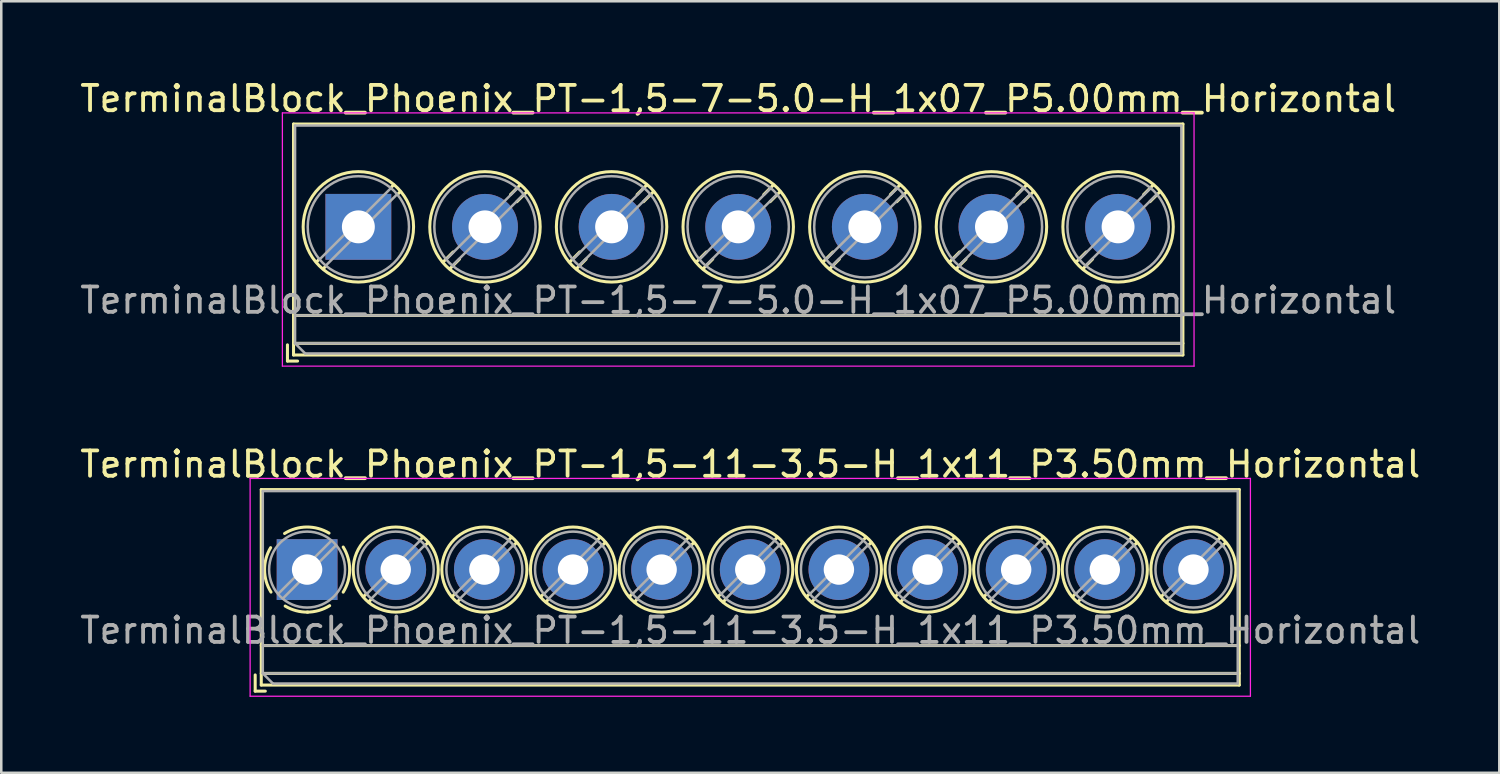
<source format=kicad_pcb>
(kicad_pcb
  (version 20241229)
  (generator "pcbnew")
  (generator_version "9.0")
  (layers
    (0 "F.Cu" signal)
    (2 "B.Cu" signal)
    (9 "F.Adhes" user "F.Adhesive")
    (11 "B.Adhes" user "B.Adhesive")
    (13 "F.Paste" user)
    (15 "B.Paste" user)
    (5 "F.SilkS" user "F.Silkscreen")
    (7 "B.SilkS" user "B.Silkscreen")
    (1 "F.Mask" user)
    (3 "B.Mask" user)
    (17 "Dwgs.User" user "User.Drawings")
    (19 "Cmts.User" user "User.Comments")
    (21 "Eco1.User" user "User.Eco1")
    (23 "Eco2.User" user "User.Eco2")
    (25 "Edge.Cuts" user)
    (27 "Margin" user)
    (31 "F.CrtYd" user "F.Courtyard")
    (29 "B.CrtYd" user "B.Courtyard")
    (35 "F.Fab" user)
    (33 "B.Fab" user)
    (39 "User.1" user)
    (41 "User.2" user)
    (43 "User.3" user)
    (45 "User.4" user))
  (footprint "TerminalBlock_Phoenix_PT-1,5-7-5.0-H_1x07_P5.00mm_Horizontal"
    (layer "F.Cu")
    (at 11.101 5.908)
    (property "Reference" "TerminalBlock_Phoenix_PT-1,5-7-5.0-H_1x07_P5.00mm_Horizontal" (at 15 -5.06 0) (layer "F.SilkS") (effects (font (size 1 1) (thickness 0.15))))
    (attr through_hole)
    (fp_line (start -2.8 4.66) (end -2.8 5.3) (stroke (width 0.12) (type solid)) (layer "F.SilkS"))
    (fp_line (start -2.8 5.3) (end -2.4 5.3) (stroke (width 0.12) (type solid)) (layer "F.SilkS"))
    (fp_line (start -2.56 -4.06) (end -2.56 5.06) (stroke (width 0.12) (type solid)) (layer "F.SilkS"))
    (fp_line (start -2.56 -4.06) (end 32.56 -4.06) (stroke (width 0.12) (type solid)) (layer "F.SilkS"))
    (fp_line (start -2.56 3.5) (end 32.56 3.5) (stroke (width 0.12) (type solid)) (layer "F.SilkS"))
    (fp_line (start -2.56 4.6) (end 32.56 4.6) (stroke (width 0.12) (type solid)) (layer "F.SilkS"))
    (fp_line (start -2.56 5.06) (end 32.56 5.06) (stroke (width 0.12) (type solid)) (layer "F.SilkS"))
    (fp_line (start -1.548 1.281) (end -1.654 1.388) (stroke (width 0.12) (type solid)) (layer "F.SilkS"))
    (fp_line (start -1.282 1.547) (end -1.388 1.654) (stroke (width 0.12) (type solid)) (layer "F.SilkS"))
    (fp_line (start 1.388 -1.654) (end 1.281 -1.547) (stroke (width 0.12) (type solid)) (layer "F.SilkS"))
    (fp_line (start 1.654 -1.388) (end 1.547 -1.281) (stroke (width 0.12) (type solid)) (layer "F.SilkS"))
    (fp_line (start 3.742 0.992) (end 3.347 1.388) (stroke (width 0.12) (type solid)) (layer "F.SilkS"))
    (fp_line (start 3.993 1.274) (end 3.613 1.654) (stroke (width 0.12) (type solid)) (layer "F.SilkS"))
    (fp_line (start 6.388 -1.654) (end 6.008 -1.274) (stroke (width 0.12) (type solid)) (layer "F.SilkS"))
    (fp_line (start 6.654 -1.388) (end 6.259 -0.992) (stroke (width 0.12) (type solid)) (layer "F.SilkS"))
    (fp_line (start 8.742 0.992) (end 8.347 1.388) (stroke (width 0.12) (type solid)) (layer "F.SilkS"))
    (fp_line (start 8.993 1.274) (end 8.613 1.654) (stroke (width 0.12) (type solid)) (layer "F.SilkS"))
    (fp_line (start 11.388 -1.654) (end 11.008 -1.274) (stroke (width 0.12) (type solid)) (layer "F.SilkS"))
    (fp_line (start 11.654 -1.388) (end 11.259 -0.992) (stroke (width 0.12) (type solid)) (layer "F.SilkS"))
    (fp_line (start 13.742 0.992) (end 13.347 1.388) (stroke (width 0.12) (type solid)) (layer "F.SilkS"))
    (fp_line (start 13.993 1.274) (end 13.613 1.654) (stroke (width 0.12) (type solid)) (layer "F.SilkS"))
    (fp_line (start 16.388 -1.654) (end 16.008 -1.274) (stroke (width 0.12) (type solid)) (layer "F.SilkS"))
    (fp_line (start 16.654 -1.388) (end 16.259 -0.992) (stroke (width 0.12) (type solid)) (layer "F.SilkS"))
    (fp_line (start 18.742 0.992) (end 18.347 1.388) (stroke (width 0.12) (type solid)) (layer "F.SilkS"))
    (fp_line (start 18.993 1.274) (end 18.613 1.654) (stroke (width 0.12) (type solid)) (layer "F.SilkS"))
    (fp_line (start 21.388 -1.654) (end 21.008 -1.274) (stroke (width 0.12) (type solid)) (layer "F.SilkS"))
    (fp_line (start 21.654 -1.388) (end 21.259 -0.992) (stroke (width 0.12) (type solid)) (layer "F.SilkS"))
    (fp_line (start 23.742 0.992) (end 23.347 1.388) (stroke (width 0.12) (type solid)) (layer "F.SilkS"))
    (fp_line (start 23.993 1.274) (end 23.613 1.654) (stroke (width 0.12) (type solid)) (layer "F.SilkS"))
    (fp_line (start 26.388 -1.654) (end 26.008 -1.274) (stroke (width 0.12) (type solid)) (layer "F.SilkS"))
    (fp_line (start 26.654 -1.388) (end 26.259 -0.992) (stroke (width 0.12) (type solid)) (layer "F.SilkS"))
    (fp_line (start 28.742 0.992) (end 28.347 1.388) (stroke (width 0.12) (type solid)) (layer "F.SilkS"))
    (fp_line (start 28.993 1.274) (end 28.613 1.654) (stroke (width 0.12) (type solid)) (layer "F.SilkS"))
    (fp_line (start 31.388 -1.654) (end 31.008 -1.274) (stroke (width 0.12) (type solid)) (layer "F.SilkS"))
    (fp_line (start 31.654 -1.388) (end 31.259 -0.992) (stroke (width 0.12) (type solid)) (layer "F.SilkS"))
    (fp_line (start 32.56 -4.06) (end 32.56 5.06) (stroke (width 0.12) (type solid)) (layer "F.SilkS"))
    (fp_circle (center 0 0) (end 2.18 0) (stroke (width 0.12) (type solid)) (fill no) (layer "F.SilkS"))
    (fp_circle (center 5 0) (end 7.18 0) (stroke (width 0.12) (type solid)) (fill no) (layer "F.SilkS"))
    (fp_circle (center 10 0) (end 12.18 0) (stroke (width 0.12) (type solid)) (fill no) (layer "F.SilkS"))
    (fp_circle (center 15 0) (end 17.18 0) (stroke (width 0.12) (type solid)) (fill no) (layer "F.SilkS"))
    (fp_circle (center 20 0) (end 22.18 0) (stroke (width 0.12) (type solid)) (fill no) (layer "F.SilkS"))
    (fp_circle (center 25 0) (end 27.18 0) (stroke (width 0.12) (type solid)) (fill no) (layer "F.SilkS"))
    (fp_circle (center 30 0) (end 32.18 0) (stroke (width 0.12) (type solid)) (fill no) (layer "F.SilkS"))
    (fp_line (start -3 -4.5) (end -3 5.5) (stroke (width 0.05) (type solid)) (layer "F.CrtYd"))
    (fp_line (start -3 5.5) (end 33 5.5) (stroke (width 0.05) (type solid)) (layer "F.CrtYd"))
    (fp_line (start 33 -4.5) (end -3 -4.5) (stroke (width 0.05) (type solid)) (layer "F.CrtYd"))
    (fp_line (start 33 5.5) (end 33 -4.5) (stroke (width 0.05) (type solid)) (layer "F.CrtYd"))
    (fp_line (start -2.5 -4) (end 32.5 -4) (stroke (width 0.1) (type solid)) (layer "F.Fab"))
    (fp_line (start -2.5 3.5) (end 32.5 3.5) (stroke (width 0.1) (type solid)) (layer "F.Fab"))
    (fp_line (start -2.5 4.6) (end -2.5 -4) (stroke (width 0.1) (type solid)) (layer "F.Fab"))
    (fp_line (start -2.5 4.6) (end 32.5 4.6) (stroke (width 0.1) (type solid)) (layer "F.Fab"))
    (fp_line (start -2.1 5) (end -2.5 4.6) (stroke (width 0.1) (type solid)) (layer "F.Fab"))
    (fp_line (start 1.273 -1.517) (end -1.517 1.273) (stroke (width 0.1) (type solid)) (layer "F.Fab"))
    (fp_line (start 1.517 -1.273) (end -1.273 1.517) (stroke (width 0.1) (type solid)) (layer "F.Fab"))
    (fp_line (start 6.273 -1.517) (end 3.484 1.273) (stroke (width 0.1) (type solid)) (layer "F.Fab"))
    (fp_line (start 6.517 -1.273) (end 3.728 1.517) (stroke (width 0.1) (type solid)) (layer "F.Fab"))
    (fp_line (start 11.273 -1.517) (end 8.484 1.273) (stroke (width 0.1) (type solid)) (layer "F.Fab"))
    (fp_line (start 11.517 -1.273) (end 8.728 1.517) (stroke (width 0.1) (type solid)) (layer "F.Fab"))
    (fp_line (start 16.273 -1.517) (end 13.484 1.273) (stroke (width 0.1) (type solid)) (layer "F.Fab"))
    (fp_line (start 16.517 -1.273) (end 13.728 1.517) (stroke (width 0.1) (type solid)) (layer "F.Fab"))
    (fp_line (start 21.273 -1.517) (end 18.484 1.273) (stroke (width 0.1) (type solid)) (layer "F.Fab"))
    (fp_line (start 21.517 -1.273) (end 18.728 1.517) (stroke (width 0.1) (type solid)) (layer "F.Fab"))
    (fp_line (start 26.273 -1.517) (end 23.484 1.273) (stroke (width 0.1) (type solid)) (layer "F.Fab"))
    (fp_line (start 26.517 -1.273) (end 23.728 1.517) (stroke (width 0.1) (type solid)) (layer "F.Fab"))
    (fp_line (start 31.273 -1.517) (end 28.484 1.273) (stroke (width 0.1) (type solid)) (layer "F.Fab"))
    (fp_line (start 31.517 -1.273) (end 28.728 1.517) (stroke (width 0.1) (type solid)) (layer "F.Fab"))
    (fp_line (start 32.5 -4) (end 32.5 5) (stroke (width 0.1) (type solid)) (layer "F.Fab"))
    (fp_line (start 32.5 5) (end -2.1 5) (stroke (width 0.1) (type solid)) (layer "F.Fab"))
    (fp_circle (center 0 0) (end 2 0) (stroke (width 0.1) (type solid)) (fill no) (layer "F.Fab"))
    (fp_circle (center 5 0) (end 7 0) (stroke (width 0.1) (type solid)) (fill no) (layer "F.Fab"))
    (fp_circle (center 10 0) (end 12 0) (stroke (width 0.1) (type solid)) (fill no) (layer "F.Fab"))
    (fp_circle (center 15 0) (end 17 0) (stroke (width 0.1) (type solid)) (fill no) (layer "F.Fab"))
    (fp_circle (center 20 0) (end 22 0) (stroke (width 0.1) (type solid)) (fill no) (layer "F.Fab"))
    (fp_circle (center 25 0) (end 27 0) (stroke (width 0.1) (type solid)) (fill no) (layer "F.Fab"))
    (fp_circle (center 30 0) (end 32 0) (stroke (width 0.1) (type solid)) (fill no) (layer "F.Fab"))
    (fp_text user "${REFERENCE}" (at 15 2.9 0) (layer "F.Fab") (effects (font (size 1 1) (thickness 0.15))))
    (pad "1" thru_hole rect (at 0 0) (size 2.6 2.6) (drill 1.3) (layers "*.Cu" "*.Mask"))
    (pad "2" thru_hole circle (at 5 0) (size 2.6 2.6) (drill 1.3) (layers "*.Cu" "*.Mask"))
    (pad "3" thru_hole circle (at 10 0) (size 2.6 2.6) (drill 1.3) (layers "*.Cu" "*.Mask"))
    (pad "4" thru_hole circle (at 15 0) (size 2.6 2.6) (drill 1.3) (layers "*.Cu" "*.Mask"))
    (pad "5" thru_hole circle (at 20 0) (size 2.6 2.6) (drill 1.3) (layers "*.Cu" "*.Mask"))
    (pad "6" thru_hole circle (at 25 0) (size 2.6 2.6) (drill 1.3) (layers "*.Cu" "*.Mask"))
    (pad "7" thru_hole circle (at 30 0) (size 2.6 2.6) (drill 1.3) (layers "*.Cu" "*.Mask")))
  (footprint "TerminalBlock_Phoenix_PT-1,5-11-3.5-H_1x11_P3.50mm_Horizontal"
    (layer "F.Cu")
    (at 9.077 19.442)
    (property "Reference" "TerminalBlock_Phoenix_PT-1,5-11-3.5-H_1x11_P3.50mm_Horizontal" (at 17.5 -4.16 0) (layer "F.SilkS") (effects (font (size 1 1) (thickness 0.15))))
    (attr through_hole)
    (fp_line (start -2.05 4.16) (end -2.05 4.8) (stroke (width 0.12) (type solid)) (layer "F.SilkS"))
    (fp_line (start -2.05 4.8) (end -1.65 4.8) (stroke (width 0.12) (type solid)) (layer "F.SilkS"))
    (fp_line (start -1.81 -3.16) (end -1.81 4.56) (stroke (width 0.12) (type solid)) (layer "F.SilkS"))
    (fp_line (start -1.81 -3.16) (end 36.81 -3.16) (stroke (width 0.12) (type solid)) (layer "F.SilkS"))
    (fp_line (start -1.81 3) (end 36.81 3) (stroke (width 0.12) (type solid)) (layer "F.SilkS"))
    (fp_line (start -1.81 4.1) (end 36.81 4.1) (stroke (width 0.12) (type solid)) (layer "F.SilkS"))
    (fp_line (start -1.81 4.56) (end 36.81 4.56) (stroke (width 0.12) (type solid)) (layer "F.SilkS"))
    (fp_line (start 2.355 0.941) (end 2.226 1.069) (stroke (width 0.12) (type solid)) (layer "F.SilkS"))
    (fp_line (start 2.525 1.181) (end 2.431 1.274) (stroke (width 0.12) (type solid)) (layer "F.SilkS"))
    (fp_line (start 4.57 -1.275) (end 4.476 -1.181) (stroke (width 0.12) (type solid)) (layer "F.SilkS"))
    (fp_line (start 4.775 -1.069) (end 4.646 -0.941) (stroke (width 0.12) (type solid)) (layer "F.SilkS"))
    (fp_line (start 5.855 0.941) (end 5.726 1.069) (stroke (width 0.12) (type solid)) (layer "F.SilkS"))
    (fp_line (start 6.025 1.181) (end 5.931 1.274) (stroke (width 0.12) (type solid)) (layer "F.SilkS"))
    (fp_line (start 8.07 -1.275) (end 7.976 -1.181) (stroke (width 0.12) (type solid)) (layer "F.SilkS"))
    (fp_line (start 8.275 -1.069) (end 8.146 -0.941) (stroke (width 0.12) (type solid)) (layer "F.SilkS"))
    (fp_line (start 9.355 0.941) (end 9.226 1.069) (stroke (width 0.12) (type solid)) (layer "F.SilkS"))
    (fp_line (start 9.525 1.181) (end 9.431 1.274) (stroke (width 0.12) (type solid)) (layer "F.SilkS"))
    (fp_line (start 11.57 -1.275) (end 11.476 -1.181) (stroke (width 0.12) (type solid)) (layer "F.SilkS"))
    (fp_line (start 11.775 -1.069) (end 11.646 -0.941) (stroke (width 0.12) (type solid)) (layer "F.SilkS"))
    (fp_line (start 12.855 0.941) (end 12.726 1.069) (stroke (width 0.12) (type solid)) (layer "F.SilkS"))
    (fp_line (start 13.025 1.181) (end 12.931 1.274) (stroke (width 0.12) (type solid)) (layer "F.SilkS"))
    (fp_line (start 15.07 -1.275) (end 14.976 -1.181) (stroke (width 0.12) (type solid)) (layer "F.SilkS"))
    (fp_line (start 15.275 -1.069) (end 15.146 -0.941) (stroke (width 0.12) (type solid)) (layer "F.SilkS"))
    (fp_line (start 16.355 0.941) (end 16.226 1.069) (stroke (width 0.12) (type solid)) (layer "F.SilkS"))
    (fp_line (start 16.525 1.181) (end 16.431 1.274) (stroke (width 0.12) (type solid)) (layer "F.SilkS"))
    (fp_line (start 18.57 -1.275) (end 18.476 -1.181) (stroke (width 0.12) (type solid)) (layer "F.SilkS"))
    (fp_line (start 18.775 -1.069) (end 18.646 -0.941) (stroke (width 0.12) (type solid)) (layer "F.SilkS"))
    (fp_line (start 19.855 0.941) (end 19.726 1.069) (stroke (width 0.12) (type solid)) (layer "F.SilkS"))
    (fp_line (start 20.025 1.181) (end 19.931 1.274) (stroke (width 0.12) (type solid)) (layer "F.SilkS"))
    (fp_line (start 22.07 -1.275) (end 21.976 -1.181) (stroke (width 0.12) (type solid)) (layer "F.SilkS"))
    (fp_line (start 22.275 -1.069) (end 22.146 -0.941) (stroke (width 0.12) (type solid)) (layer "F.SilkS"))
    (fp_line (start 23.355 0.941) (end 23.226 1.069) (stroke (width 0.12) (type solid)) (layer "F.SilkS"))
    (fp_line (start 23.525 1.181) (end 23.431 1.274) (stroke (width 0.12) (type solid)) (layer "F.SilkS"))
    (fp_line (start 25.57 -1.275) (end 25.476 -1.181) (stroke (width 0.12) (type solid)) (layer "F.SilkS"))
    (fp_line (start 25.775 -1.069) (end 25.646 -0.941) (stroke (width 0.12) (type solid)) (layer "F.SilkS"))
    (fp_line (start 26.855 0.941) (end 26.726 1.069) (stroke (width 0.12) (type solid)) (layer "F.SilkS"))
    (fp_line (start 27.025 1.181) (end 26.931 1.274) (stroke (width 0.12) (type solid)) (layer "F.SilkS"))
    (fp_line (start 29.07 -1.275) (end 28.976 -1.181) (stroke (width 0.12) (type solid)) (layer "F.SilkS"))
    (fp_line (start 29.275 -1.069) (end 29.146 -0.941) (stroke (width 0.12) (type solid)) (layer "F.SilkS"))
    (fp_line (start 30.355 0.941) (end 30.226 1.069) (stroke (width 0.12) (type solid)) (layer "F.SilkS"))
    (fp_line (start 30.525 1.181) (end 30.431 1.274) (stroke (width 0.12) (type solid)) (layer "F.SilkS"))
    (fp_line (start 32.57 -1.275) (end 32.476 -1.181) (stroke (width 0.12) (type solid)) (layer "F.SilkS"))
    (fp_line (start 32.775 -1.069) (end 32.646 -0.941) (stroke (width 0.12) (type solid)) (layer "F.SilkS"))
    (fp_line (start 33.855 0.941) (end 33.726 1.069) (stroke (width 0.12) (type solid)) (layer "F.SilkS"))
    (fp_line (start 34.025 1.181) (end 33.931 1.274) (stroke (width 0.12) (type solid)) (layer "F.SilkS"))
    (fp_line (start 36.07 -1.275) (end 35.976 -1.181) (stroke (width 0.12) (type solid)) (layer "F.SilkS"))
    (fp_line (start 36.275 -1.069) (end 36.146 -0.941) (stroke (width 0.12) (type solid)) (layer "F.SilkS"))
    (fp_line (start 36.81 -3.16) (end 36.81 4.56) (stroke (width 0.12) (type solid)) (layer "F.SilkS"))
    (fp_arc (start -1.425358 0.889894) (mid -1.680286 0.014012) (end -1.44 -0.866) (stroke (width 0.12) (type solid)) (layer "F.SilkS"))
    (fp_arc (start -0.889894 -1.425358) (mid -0.014012 -1.680286) (end 0.866 -1.44) (stroke (width 0.12) (type solid)) (layer "F.SilkS"))
    (fp_arc (start 0.028674 1.680099) (mid -0.435535 1.622918) (end -0.866 1.44) (stroke (width 0.12) (type solid)) (layer "F.SilkS"))
    (fp_arc (start 0.890264 1.424721) (mid 0.463071 1.61492) (end 0 1.68) (stroke (width 0.12) (type solid)) (layer "F.SilkS"))
    (fp_arc (start 1.425504 -0.890193) (mid 1.680626 0.000476) (end 1.425 0.891) (stroke (width 0.12) (type solid)) (layer "F.SilkS"))
    (fp_circle (center 3.5 0) (end 5.18 0) (stroke (width 0.12) (type solid)) (fill no) (layer "F.SilkS"))
    (fp_circle (center 7 0) (end 8.68 0) (stroke (width 0.12) (type solid)) (fill no) (layer "F.SilkS"))
    (fp_circle (center 10.5 0) (end 12.18 0) (stroke (width 0.12) (type solid)) (fill no) (layer "F.SilkS"))
    (fp_circle (center 14 0) (end 15.68 0) (stroke (width 0.12) (type solid)) (fill no) (layer "F.SilkS"))
    (fp_circle (center 17.5 0) (end 19.18 0) (stroke (width 0.12) (type solid)) (fill no) (layer "F.SilkS"))
    (fp_circle (center 21 0) (end 22.68 0) (stroke (width 0.12) (type solid)) (fill no) (layer "F.SilkS"))
    (fp_circle (center 24.5 0) (end 26.18 0) (stroke (width 0.12) (type solid)) (fill no) (layer "F.SilkS"))
    (fp_circle (center 28 0) (end 29.68 0) (stroke (width 0.12) (type solid)) (fill no) (layer "F.SilkS"))
    (fp_circle (center 31.5 0) (end 33.18 0) (stroke (width 0.12) (type solid)) (fill no) (layer "F.SilkS"))
    (fp_circle (center 35 0) (end 36.68 0) (stroke (width 0.12) (type solid)) (fill no) (layer "F.SilkS"))
    (fp_line (start -2.25 -3.6) (end -2.25 5) (stroke (width 0.05) (type solid)) (layer "F.CrtYd"))
    (fp_line (start -2.25 5) (end 37.25 5) (stroke (width 0.05) (type solid)) (layer "F.CrtYd"))
    (fp_line (start 37.25 -3.6) (end -2.25 -3.6) (stroke (width 0.05) (type solid)) (layer "F.CrtYd"))
    (fp_line (start 37.25 5) (end 37.25 -3.6) (stroke (width 0.05) (type solid)) (layer "F.CrtYd"))
    (fp_line (start -1.75 -3.1) (end 36.75 -3.1) (stroke (width 0.1) (type solid)) (layer "F.Fab"))
    (fp_line (start -1.75 3) (end 36.75 3) (stroke (width 0.1) (type solid)) (layer "F.Fab"))
    (fp_line (start -1.75 4.1) (end -1.75 -3.1) (stroke (width 0.1) (type solid)) (layer "F.Fab"))
    (fp_line (start -1.75 4.1) (end 36.75 4.1) (stroke (width 0.1) (type solid)) (layer "F.Fab"))
    (fp_line (start -1.35 4.5) (end -1.75 4.1) (stroke (width 0.1) (type solid)) (layer "F.Fab"))
    (fp_line (start 0.955 -1.138) (end -1.138 0.955) (stroke (width 0.1) (type solid)) (layer "F.Fab"))
    (fp_line (start 1.138 -0.955) (end -0.955 1.138) (stroke (width 0.1) (type solid)) (layer "F.Fab"))
    (fp_line (start 4.455 -1.138) (end 2.363 0.955) (stroke (width 0.1) (type solid)) (layer "F.Fab"))
    (fp_line (start 4.638 -0.955) (end 2.546 1.138) (stroke (width 0.1) (type solid)) (layer "F.Fab"))
    (fp_line (start 7.955 -1.138) (end 5.863 0.955) (stroke (width 0.1) (type solid)) (layer "F.Fab"))
    (fp_line (start 8.138 -0.955) (end 6.046 1.138) (stroke (width 0.1) (type solid)) (layer "F.Fab"))
    (fp_line (start 11.455 -1.138) (end 9.363 0.955) (stroke (width 0.1) (type solid)) (layer "F.Fab"))
    (fp_line (start 11.638 -0.955) (end 9.546 1.138) (stroke (width 0.1) (type solid)) (layer "F.Fab"))
    (fp_line (start 14.955 -1.138) (end 12.863 0.955) (stroke (width 0.1) (type solid)) (layer "F.Fab"))
    (fp_line (start 15.138 -0.955) (end 13.046 1.138) (stroke (width 0.1) (type solid)) (layer "F.Fab"))
    (fp_line (start 18.455 -1.138) (end 16.363 0.955) (stroke (width 0.1) (type solid)) (layer "F.Fab"))
    (fp_line (start 18.638 -0.955) (end 16.546 1.138) (stroke (width 0.1) (type solid)) (layer "F.Fab"))
    (fp_line (start 21.955 -1.138) (end 19.863 0.955) (stroke (width 0.1) (type solid)) (layer "F.Fab"))
    (fp_line (start 22.138 -0.955) (end 20.046 1.138) (stroke (width 0.1) (type solid)) (layer "F.Fab"))
    (fp_line (start 25.455 -1.138) (end 23.363 0.955) (stroke (width 0.1) (type solid)) (layer "F.Fab"))
    (fp_line (start 25.638 -0.955) (end 23.546 1.138) (stroke (width 0.1) (type solid)) (layer "F.Fab"))
    (fp_line (start 28.955 -1.138) (end 26.863 0.955) (stroke (width 0.1) (type solid)) (layer "F.Fab"))
    (fp_line (start 29.138 -0.955) (end 27.046 1.138) (stroke (width 0.1) (type solid)) (layer "F.Fab"))
    (fp_line (start 32.455 -1.138) (end 30.363 0.955) (stroke (width 0.1) (type solid)) (layer "F.Fab"))
    (fp_line (start 32.638 -0.955) (end 30.546 1.138) (stroke (width 0.1) (type solid)) (layer "F.Fab"))
    (fp_line (start 35.955 -1.138) (end 33.863 0.955) (stroke (width 0.1) (type solid)) (layer "F.Fab"))
    (fp_line (start 36.138 -0.955) (end 34.046 1.138) (stroke (width 0.1) (type solid)) (layer "F.Fab"))
    (fp_line (start 36.75 -3.1) (end 36.75 4.5) (stroke (width 0.1) (type solid)) (layer "F.Fab"))
    (fp_line (start 36.75 4.5) (end -1.35 4.5) (stroke (width 0.1) (type solid)) (layer "F.Fab"))
    (fp_circle (center 0 0) (end 1.5 0) (stroke (width 0.1) (type solid)) (fill no) (layer "F.Fab"))
    (fp_circle (center 3.5 0) (end 5 0) (stroke (width 0.1) (type solid)) (fill no) (layer "F.Fab"))
    (fp_circle (center 7 0) (end 8.5 0) (stroke (width 0.1) (type solid)) (fill no) (layer "F.Fab"))
    (fp_circle (center 10.5 0) (end 12 0) (stroke (width 0.1) (type solid)) (fill no) (layer "F.Fab"))
    (fp_circle (center 14 0) (end 15.5 0) (stroke (width 0.1) (type solid)) (fill no) (layer "F.Fab"))
    (fp_circle (center 17.5 0) (end 19 0) (stroke (width 0.1) (type solid)) (fill no) (layer "F.Fab"))
    (fp_circle (center 21 0) (end 22.5 0) (stroke (width 0.1) (type solid)) (fill no) (layer "F.Fab"))
    (fp_circle (center 24.5 0) (end 26 0) (stroke (width 0.1) (type solid)) (fill no) (layer "F.Fab"))
    (fp_circle (center 28 0) (end 29.5 0) (stroke (width 0.1) (type solid)) (fill no) (layer "F.Fab"))
    (fp_circle (center 31.5 0) (end 33 0) (stroke (width 0.1) (type solid)) (fill no) (layer "F.Fab"))
    (fp_circle (center 35 0) (end 36.5 0) (stroke (width 0.1) (type solid)) (fill no) (layer "F.Fab"))
    (fp_text user "${REFERENCE}" (at 17.5 2.4 0) (layer "F.Fab") (effects (font (size 1 1) (thickness 0.15))))
    (pad "1" thru_hole rect (at 0 0) (size 2.4 2.4) (drill 1.2) (layers "*.Cu" "*.Mask"))
    (pad "2" thru_hole circle (at 3.5 0) (size 2.4 2.4) (drill 1.2) (layers "*.Cu" "*.Mask"))
    (pad "3" thru_hole circle (at 7 0) (size 2.4 2.4) (drill 1.2) (layers "*.Cu" "*.Mask"))
    (pad "4" thru_hole circle (at 10.5 0) (size 2.4 2.4) (drill 1.2) (layers "*.Cu" "*.Mask"))
    (pad "5" thru_hole circle (at 14 0) (size 2.4 2.4) (drill 1.2) (layers "*.Cu" "*.Mask"))
    (pad "6" thru_hole circle (at 17.5 0) (size 2.4 2.4) (drill 1.2) (layers "*.Cu" "*.Mask"))
    (pad "7" thru_hole circle (at 21 0) (size 2.4 2.4) (drill 1.2) (layers "*.Cu" "*.Mask"))
    (pad "8" thru_hole circle (at 24.5 0) (size 2.4 2.4) (drill 1.2) (layers "*.Cu" "*.Mask"))
    (pad "9" thru_hole circle (at 28 0) (size 2.4 2.4) (drill 1.2) (layers "*.Cu" "*.Mask"))
    (pad "10" thru_hole circle (at 31.5 0) (size 2.4 2.4) (drill 1.2) (layers "*.Cu" "*.Mask"))
    (pad "11" thru_hole circle (at 35 0) (size 2.4 2.4) (drill 1.2) (layers "*.Cu" "*.Mask")))
  (gr_rect
    (start -3 -3)
    (end 56.155 27.466)
    (stroke (width 0.1) (type default))
    (fill no)
    (layer "Edge.Cuts")))
</source>
